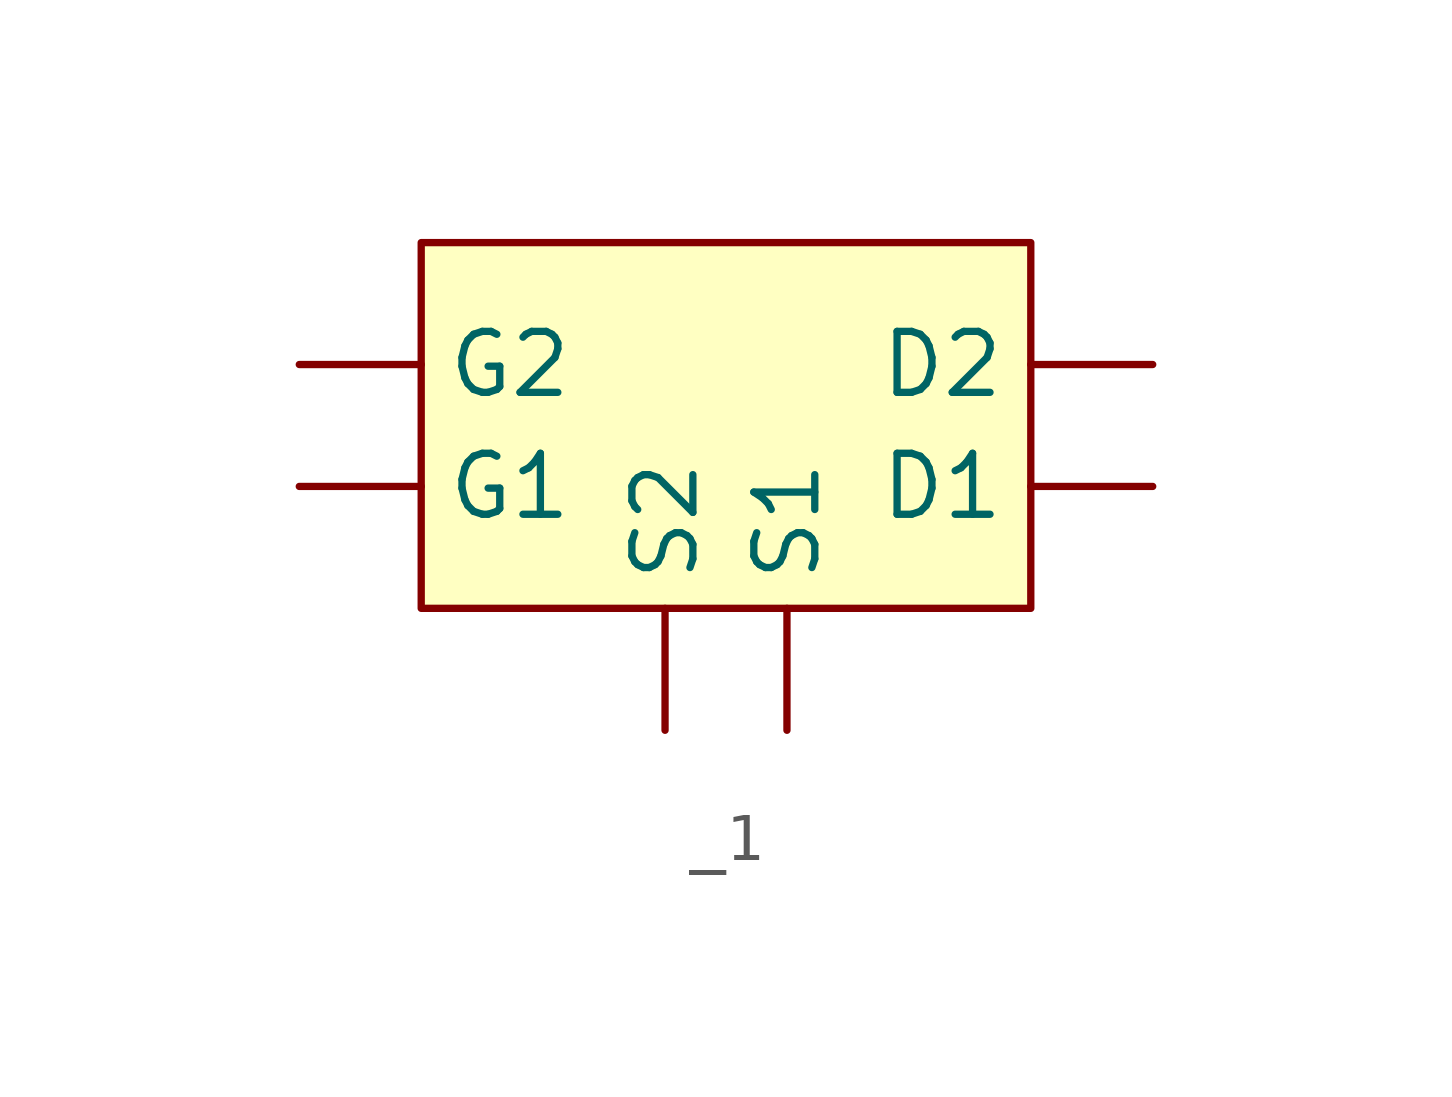
<source format=kicad_sym>
(kicad_symbol_lib
  (version 20241209)
  (generator "kicad_symbol_editor")
  (generator_version "9.0")
  (symbol "_1"
    (property "Reference" "U"
      (at -12.7 0 0)
      (effects (font (size 1.27 1.27)) (hide yes)))
    (property "Value" ""
      (at 0 0 0)
      (effects (font (size 1.27 1.27))))
    (symbol "_1_1_1"
      (rectangle (start -10.16 6.35) (end 2.54 -1.27) (stroke (width 0) (type solid)) (fill (type background)))
      (pin power_in line (at -12.7 3.81 0) (length 2.54) (name "G2" (effects (font (size 1.27 1.27)))) (number "" (effects (font (size 1.27 1.27)))))
      (pin power_in line (at -12.7 1.27 0) (length 2.54) (name "G1" (effects (font (size 1.27 1.27)))) (number "" (effects (font (size 1.27 1.27)))))
      (pin power_in line (at -5.08 -3.81 90) (length 2.54) (name "S2" (effects (font (size 1.27 1.27)))) (number "" (effects (font (size 1.27 1.27)))))
      (pin power_in line (at -2.54 -3.81 90) (length 2.54) (name "S1" (effects (font (size 1.27 1.27)))) (number "" (effects (font (size 1.27 1.27)))))
      (pin power_in line (at 5.08 3.81 180) (length 2.54) (name "D2" (effects (font (size 1.27 1.27)))) (number "" (effects (font (size 1.27 1.27)))))
      (pin power_in line (at 5.08 1.27 180) (length 2.54) (name "D1" (effects (font (size 1.27 1.27)))) (number "" (effects (font (size 1.27 1.27))))))))
</source>
